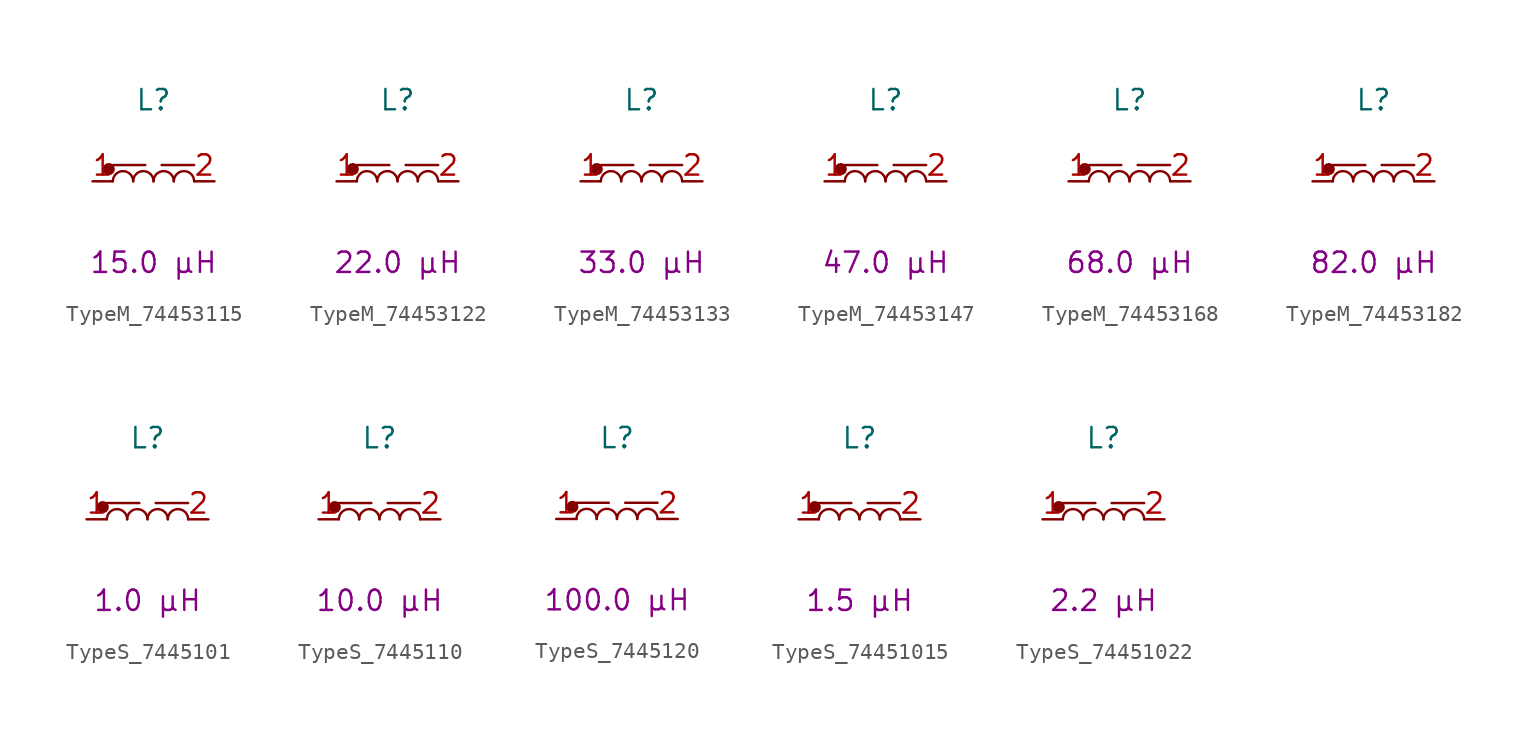
<source format=kicad_sym>
(kicad_symbol_lib
  (version 20220914)
  (generator kicad_symbol_editor)
  (symbol "TypeM_74453115"
    (pin_names hide)
    (property "Reference" "L"
      (at 0 5.08 0)
      (effects (font (size 1.27 1.27))))
    (property "Critical Parameter" "15.0 µH"
      (at 0 -5.08 0)
      (effects (font (size 1.27 1.27))))
    (symbol "TypeM_74453115_0_1"
      (arc (start -1.27 0) (mid -1.905 0.6323) (end -2.54 0) (stroke (width 0) (type default)) (fill (type none)))
      (arc (start 0 0) (mid -0.635 0.6323) (end -1.27 0) (stroke (width 0) (type default)) (fill (type none)))
      (polyline (pts (xy -2.54 1.016) (xy -0.508 1.016)) (stroke (width 0) (type default)) (fill (type none)))
      (arc (start 1.27 0) (mid 0.635 0.6323) (end 0 0) (stroke (width 0) (type default)) (fill (type none)))
      (arc (start 2.54 0) (mid 1.905 0.6323) (end 1.27 0) (stroke (width 0) (type default)) (fill (type none))))
    (symbol "TypeM_74453115_1_1"
      (circle (center -2.794 0.762) (radius 0.0001) (stroke (width 0.381) (type default)) (fill (type none)))
      (polyline (pts (xy 2.54 1.016) (xy 0.508 1.016)) (stroke (width 0) (type default)) (fill (type none)))
      (pin passive line (at -3.81 0 0) (length 1.27) (name "1" (effects (font (size 1.27 1.27)))) (number "1" (effects (font (size 1.27 1.27)))))
      (pin passive line (at 3.81 0 180) (length 1.27) (name "2" (effects (font (size 1.27 1.27)))) (number "2" (effects (font (size 1.27 1.27)))))))
  (symbol "TypeM_74453122"
    (pin_names hide)
    (property "Reference" "L"
      (at 0 5.08 0)
      (effects (font (size 1.27 1.27))))
    (property "Critical Parameter" "22.0 µH"
      (at 0 -5.08 0)
      (effects (font (size 1.27 1.27))))
    (symbol "TypeM_74453122_0_1"
      (arc (start -1.27 0) (mid -1.905 0.6323) (end -2.54 0) (stroke (width 0) (type default)) (fill (type none)))
      (arc (start 0 0) (mid -0.635 0.6323) (end -1.27 0) (stroke (width 0) (type default)) (fill (type none)))
      (polyline (pts (xy -2.54 1.016) (xy -0.508 1.016)) (stroke (width 0) (type default)) (fill (type none)))
      (arc (start 1.27 0) (mid 0.635 0.6323) (end 0 0) (stroke (width 0) (type default)) (fill (type none)))
      (arc (start 2.54 0) (mid 1.905 0.6323) (end 1.27 0) (stroke (width 0) (type default)) (fill (type none))))
    (symbol "TypeM_74453122_1_1"
      (circle (center -2.794 0.762) (radius 0.0001) (stroke (width 0.381) (type default)) (fill (type none)))
      (polyline (pts (xy 2.54 1.016) (xy 0.508 1.016)) (stroke (width 0) (type default)) (fill (type none)))
      (pin passive line (at -3.81 0 0) (length 1.27) (name "1" (effects (font (size 1.27 1.27)))) (number "1" (effects (font (size 1.27 1.27)))))
      (pin passive line (at 3.81 0 180) (length 1.27) (name "2" (effects (font (size 1.27 1.27)))) (number "2" (effects (font (size 1.27 1.27)))))))
  (symbol "TypeM_74453133"
    (pin_names hide)
    (property "Reference" "L"
      (at 0 5.08 0)
      (effects (font (size 1.27 1.27))))
    (property "Critical Parameter" "33.0 µH"
      (at 0 -5.08 0)
      (effects (font (size 1.27 1.27))))
    (symbol "TypeM_74453133_0_1"
      (arc (start -1.27 0) (mid -1.905 0.6323) (end -2.54 0) (stroke (width 0) (type default)) (fill (type none)))
      (arc (start 0 0) (mid -0.635 0.6323) (end -1.27 0) (stroke (width 0) (type default)) (fill (type none)))
      (polyline (pts (xy -2.54 1.016) (xy -0.508 1.016)) (stroke (width 0) (type default)) (fill (type none)))
      (arc (start 1.27 0) (mid 0.635 0.6323) (end 0 0) (stroke (width 0) (type default)) (fill (type none)))
      (arc (start 2.54 0) (mid 1.905 0.6323) (end 1.27 0) (stroke (width 0) (type default)) (fill (type none))))
    (symbol "TypeM_74453133_1_1"
      (circle (center -2.794 0.762) (radius 0.0001) (stroke (width 0.381) (type default)) (fill (type none)))
      (polyline (pts (xy 2.54 1.016) (xy 0.508 1.016)) (stroke (width 0) (type default)) (fill (type none)))
      (pin passive line (at -3.81 0 0) (length 1.27) (name "1" (effects (font (size 1.27 1.27)))) (number "1" (effects (font (size 1.27 1.27)))))
      (pin passive line (at 3.81 0 180) (length 1.27) (name "2" (effects (font (size 1.27 1.27)))) (number "2" (effects (font (size 1.27 1.27)))))))
  (symbol "TypeM_74453147"
    (pin_names hide)
    (property "Reference" "L"
      (at 0 5.08 0)
      (effects (font (size 1.27 1.27))))
    (property "Critical Parameter" "47.0 µH"
      (at 0 -5.08 0)
      (effects (font (size 1.27 1.27))))
    (symbol "TypeM_74453147_0_1"
      (arc (start -1.27 0) (mid -1.905 0.6323) (end -2.54 0) (stroke (width 0) (type default)) (fill (type none)))
      (arc (start 0 0) (mid -0.635 0.6323) (end -1.27 0) (stroke (width 0) (type default)) (fill (type none)))
      (polyline (pts (xy -2.54 1.016) (xy -0.508 1.016)) (stroke (width 0) (type default)) (fill (type none)))
      (arc (start 1.27 0) (mid 0.635 0.6323) (end 0 0) (stroke (width 0) (type default)) (fill (type none)))
      (arc (start 2.54 0) (mid 1.905 0.6323) (end 1.27 0) (stroke (width 0) (type default)) (fill (type none))))
    (symbol "TypeM_74453147_1_1"
      (circle (center -2.794 0.762) (radius 0.0001) (stroke (width 0.381) (type default)) (fill (type none)))
      (polyline (pts (xy 2.54 1.016) (xy 0.508 1.016)) (stroke (width 0) (type default)) (fill (type none)))
      (pin passive line (at -3.81 0 0) (length 1.27) (name "1" (effects (font (size 1.27 1.27)))) (number "1" (effects (font (size 1.27 1.27)))))
      (pin passive line (at 3.81 0 180) (length 1.27) (name "2" (effects (font (size 1.27 1.27)))) (number "2" (effects (font (size 1.27 1.27)))))))
  (symbol "TypeM_74453168"
    (pin_names hide)
    (property "Reference" "L"
      (at 0 5.08 0)
      (effects (font (size 1.27 1.27))))
    (property "Critical Parameter" "68.0 µH"
      (at 0 -5.08 0)
      (effects (font (size 1.27 1.27))))
    (symbol "TypeM_74453168_0_1"
      (arc (start -1.27 0) (mid -1.905 0.6323) (end -2.54 0) (stroke (width 0) (type default)) (fill (type none)))
      (arc (start 0 0) (mid -0.635 0.6323) (end -1.27 0) (stroke (width 0) (type default)) (fill (type none)))
      (polyline (pts (xy -2.54 1.016) (xy -0.508 1.016)) (stroke (width 0) (type default)) (fill (type none)))
      (arc (start 1.27 0) (mid 0.635 0.6323) (end 0 0) (stroke (width 0) (type default)) (fill (type none)))
      (arc (start 2.54 0) (mid 1.905 0.6323) (end 1.27 0) (stroke (width 0) (type default)) (fill (type none))))
    (symbol "TypeM_74453168_1_1"
      (circle (center -2.794 0.762) (radius 0.0001) (stroke (width 0.381) (type default)) (fill (type none)))
      (polyline (pts (xy 2.54 1.016) (xy 0.508 1.016)) (stroke (width 0) (type default)) (fill (type none)))
      (pin passive line (at -3.81 0 0) (length 1.27) (name "1" (effects (font (size 1.27 1.27)))) (number "1" (effects (font (size 1.27 1.27)))))
      (pin passive line (at 3.81 0 180) (length 1.27) (name "2" (effects (font (size 1.27 1.27)))) (number "2" (effects (font (size 1.27 1.27)))))))
  (symbol "TypeM_74453182"
    (pin_names hide)
    (property "Reference" "L"
      (at 0 5.08 0)
      (effects (font (size 1.27 1.27))))
    (property "Critical Parameter" "82.0 µH"
      (at 0 -5.08 0)
      (effects (font (size 1.27 1.27))))
    (symbol "TypeM_74453182_0_1"
      (arc (start -1.27 0) (mid -1.905 0.6323) (end -2.54 0) (stroke (width 0) (type default)) (fill (type none)))
      (arc (start 0 0) (mid -0.635 0.6323) (end -1.27 0) (stroke (width 0) (type default)) (fill (type none)))
      (polyline (pts (xy -2.54 1.016) (xy -0.508 1.016)) (stroke (width 0) (type default)) (fill (type none)))
      (arc (start 1.27 0) (mid 0.635 0.6323) (end 0 0) (stroke (width 0) (type default)) (fill (type none)))
      (arc (start 2.54 0) (mid 1.905 0.6323) (end 1.27 0) (stroke (width 0) (type default)) (fill (type none))))
    (symbol "TypeM_74453182_1_1"
      (circle (center -2.794 0.762) (radius 0.0001) (stroke (width 0.381) (type default)) (fill (type none)))
      (polyline (pts (xy 2.54 1.016) (xy 0.508 1.016)) (stroke (width 0) (type default)) (fill (type none)))
      (pin passive line (at -3.81 0 0) (length 1.27) (name "1" (effects (font (size 1.27 1.27)))) (number "1" (effects (font (size 1.27 1.27)))))
      (pin passive line (at 3.81 0 180) (length 1.27) (name "2" (effects (font (size 1.27 1.27)))) (number "2" (effects (font (size 1.27 1.27)))))))
  (symbol "TypeS_7445101"
    (pin_names hide)
    (property "Reference" "L"
      (at 0 5.08 0)
      (effects (font (size 1.27 1.27))))
    (property "Critical Parameter" "1.0 µH"
      (at 0 -5.08 0)
      (effects (font (size 1.27 1.27))))
    (symbol "TypeS_7445101_0_1"
      (arc (start -1.27 0) (mid -1.905 0.6323) (end -2.54 0) (stroke (width 0) (type default)) (fill (type none)))
      (arc (start 0 0) (mid -0.635 0.6323) (end -1.27 0) (stroke (width 0) (type default)) (fill (type none)))
      (polyline (pts (xy -2.54 1.016) (xy -0.508 1.016)) (stroke (width 0) (type default)) (fill (type none)))
      (arc (start 1.27 0) (mid 0.635 0.6323) (end 0 0) (stroke (width 0) (type default)) (fill (type none)))
      (arc (start 2.54 0) (mid 1.905 0.6323) (end 1.27 0) (stroke (width 0) (type default)) (fill (type none))))
    (symbol "TypeS_7445101_1_1"
      (circle (center -2.794 0.762) (radius 0.0001) (stroke (width 0.381) (type default)) (fill (type none)))
      (polyline (pts (xy 2.54 1.016) (xy 0.508 1.016)) (stroke (width 0) (type default)) (fill (type none)))
      (pin passive line (at -3.81 0 0) (length 1.27) (name "1" (effects (font (size 1.27 1.27)))) (number "1" (effects (font (size 1.27 1.27)))))
      (pin passive line (at 3.81 0 180) (length 1.27) (name "2" (effects (font (size 1.27 1.27)))) (number "2" (effects (font (size 1.27 1.27)))))))
  (symbol "TypeS_7445110"
    (pin_names hide)
    (property "Reference" "L"
      (at 0 5.08 0)
      (effects (font (size 1.27 1.27))))
    (property "Critical Parameter" "10.0 µH"
      (at 0 -5.08 0)
      (effects (font (size 1.27 1.27))))
    (symbol "TypeS_7445110_0_1"
      (arc (start -1.27 0) (mid -1.905 0.6323) (end -2.54 0) (stroke (width 0) (type default)) (fill (type none)))
      (arc (start 0 0) (mid -0.635 0.6323) (end -1.27 0) (stroke (width 0) (type default)) (fill (type none)))
      (polyline (pts (xy -2.54 1.016) (xy -0.508 1.016)) (stroke (width 0) (type default)) (fill (type none)))
      (arc (start 1.27 0) (mid 0.635 0.6323) (end 0 0) (stroke (width 0) (type default)) (fill (type none)))
      (arc (start 2.54 0) (mid 1.905 0.6323) (end 1.27 0) (stroke (width 0) (type default)) (fill (type none))))
    (symbol "TypeS_7445110_1_1"
      (circle (center -2.794 0.762) (radius 0.0001) (stroke (width 0.381) (type default)) (fill (type none)))
      (polyline (pts (xy 2.54 1.016) (xy 0.508 1.016)) (stroke (width 0) (type default)) (fill (type none)))
      (pin passive line (at -3.81 0 0) (length 1.27) (name "1" (effects (font (size 1.27 1.27)))) (number "1" (effects (font (size 1.27 1.27)))))
      (pin passive line (at 3.81 0 180) (length 1.27) (name "2" (effects (font (size 1.27 1.27)))) (number "2" (effects (font (size 1.27 1.27)))))))
  (symbol "TypeS_7445120"
    (pin_names hide)
    (property "Reference" "L"
      (at 0 5.08 0)
      (effects (font (size 1.27 1.27))))
    (property "Critical Parameter" "100.0 µH"
      (at 0 -5.08 0)
      (effects (font (size 1.27 1.27))))
    (symbol "TypeS_7445120_0_1"
      (arc (start -1.27 0) (mid -1.905 0.6323) (end -2.54 0) (stroke (width 0) (type default)) (fill (type none)))
      (arc (start 0 0) (mid -0.635 0.6323) (end -1.27 0) (stroke (width 0) (type default)) (fill (type none)))
      (polyline (pts (xy -2.54 1.016) (xy -0.508 1.016)) (stroke (width 0) (type default)) (fill (type none)))
      (arc (start 1.27 0) (mid 0.635 0.6323) (end 0 0) (stroke (width 0) (type default)) (fill (type none)))
      (arc (start 2.54 0) (mid 1.905 0.6323) (end 1.27 0) (stroke (width 0) (type default)) (fill (type none))))
    (symbol "TypeS_7445120_1_1"
      (circle (center -2.794 0.762) (radius 0.0001) (stroke (width 0.381) (type default)) (fill (type none)))
      (polyline (pts (xy 2.54 1.016) (xy 0.508 1.016)) (stroke (width 0) (type default)) (fill (type none)))
      (pin passive line (at -3.81 0 0) (length 1.27) (name "1" (effects (font (size 1.27 1.27)))) (number "1" (effects (font (size 1.27 1.27)))))
      (pin passive line (at 3.81 0 180) (length 1.27) (name "2" (effects (font (size 1.27 1.27)))) (number "2" (effects (font (size 1.27 1.27)))))))
  (symbol "TypeS_74451015"
    (pin_names hide)
    (property "Reference" "L"
      (at 0 5.08 0)
      (effects (font (size 1.27 1.27))))
    (property "Critical Parameter" "1.5 µH"
      (at 0 -5.08 0)
      (effects (font (size 1.27 1.27))))
    (symbol "TypeS_74451015_0_1"
      (arc (start -1.27 0) (mid -1.905 0.6323) (end -2.54 0) (stroke (width 0) (type default)) (fill (type none)))
      (arc (start 0 0) (mid -0.635 0.6323) (end -1.27 0) (stroke (width 0) (type default)) (fill (type none)))
      (polyline (pts (xy -2.54 1.016) (xy -0.508 1.016)) (stroke (width 0) (type default)) (fill (type none)))
      (arc (start 1.27 0) (mid 0.635 0.6323) (end 0 0) (stroke (width 0) (type default)) (fill (type none)))
      (arc (start 2.54 0) (mid 1.905 0.6323) (end 1.27 0) (stroke (width 0) (type default)) (fill (type none))))
    (symbol "TypeS_74451015_1_1"
      (circle (center -2.794 0.762) (radius 0.0001) (stroke (width 0.381) (type default)) (fill (type none)))
      (polyline (pts (xy 2.54 1.016) (xy 0.508 1.016)) (stroke (width 0) (type default)) (fill (type none)))
      (pin passive line (at -3.81 0 0) (length 1.27) (name "1" (effects (font (size 1.27 1.27)))) (number "1" (effects (font (size 1.27 1.27)))))
      (pin passive line (at 3.81 0 180) (length 1.27) (name "2" (effects (font (size 1.27 1.27)))) (number "2" (effects (font (size 1.27 1.27)))))))
  (symbol "TypeS_74451022"
    (pin_names hide)
    (property "Reference" "L"
      (at 0 5.08 0)
      (effects (font (size 1.27 1.27))))
    (property "Critical Parameter" "2.2 µH"
      (at 0 -5.08 0)
      (effects (font (size 1.27 1.27))))
    (symbol "TypeS_74451022_0_1"
      (arc (start -1.27 0) (mid -1.905 0.6323) (end -2.54 0) (stroke (width 0) (type default)) (fill (type none)))
      (arc (start 0 0) (mid -0.635 0.6323) (end -1.27 0) (stroke (width 0) (type default)) (fill (type none)))
      (polyline (pts (xy -2.54 1.016) (xy -0.508 1.016)) (stroke (width 0) (type default)) (fill (type none)))
      (arc (start 1.27 0) (mid 0.635 0.6323) (end 0 0) (stroke (width 0) (type default)) (fill (type none)))
      (arc (start 2.54 0) (mid 1.905 0.6323) (end 1.27 0) (stroke (width 0) (type default)) (fill (type none))))
    (symbol "TypeS_74451022_1_1"
      (circle (center -2.794 0.762) (radius 0.0001) (stroke (width 0.381) (type default)) (fill (type none)))
      (polyline (pts (xy 2.54 1.016) (xy 0.508 1.016)) (stroke (width 0) (type default)) (fill (type none)))
      (pin passive line (at -3.81 0 0) (length 1.27) (name "1" (effects (font (size 1.27 1.27)))) (number "1" (effects (font (size 1.27 1.27)))))
      (pin passive line (at 3.81 0 180) (length 1.27) (name "2" (effects (font (size 1.27 1.27)))) (number "2" (effects (font (size 1.27 1.27))))))))
</source>
